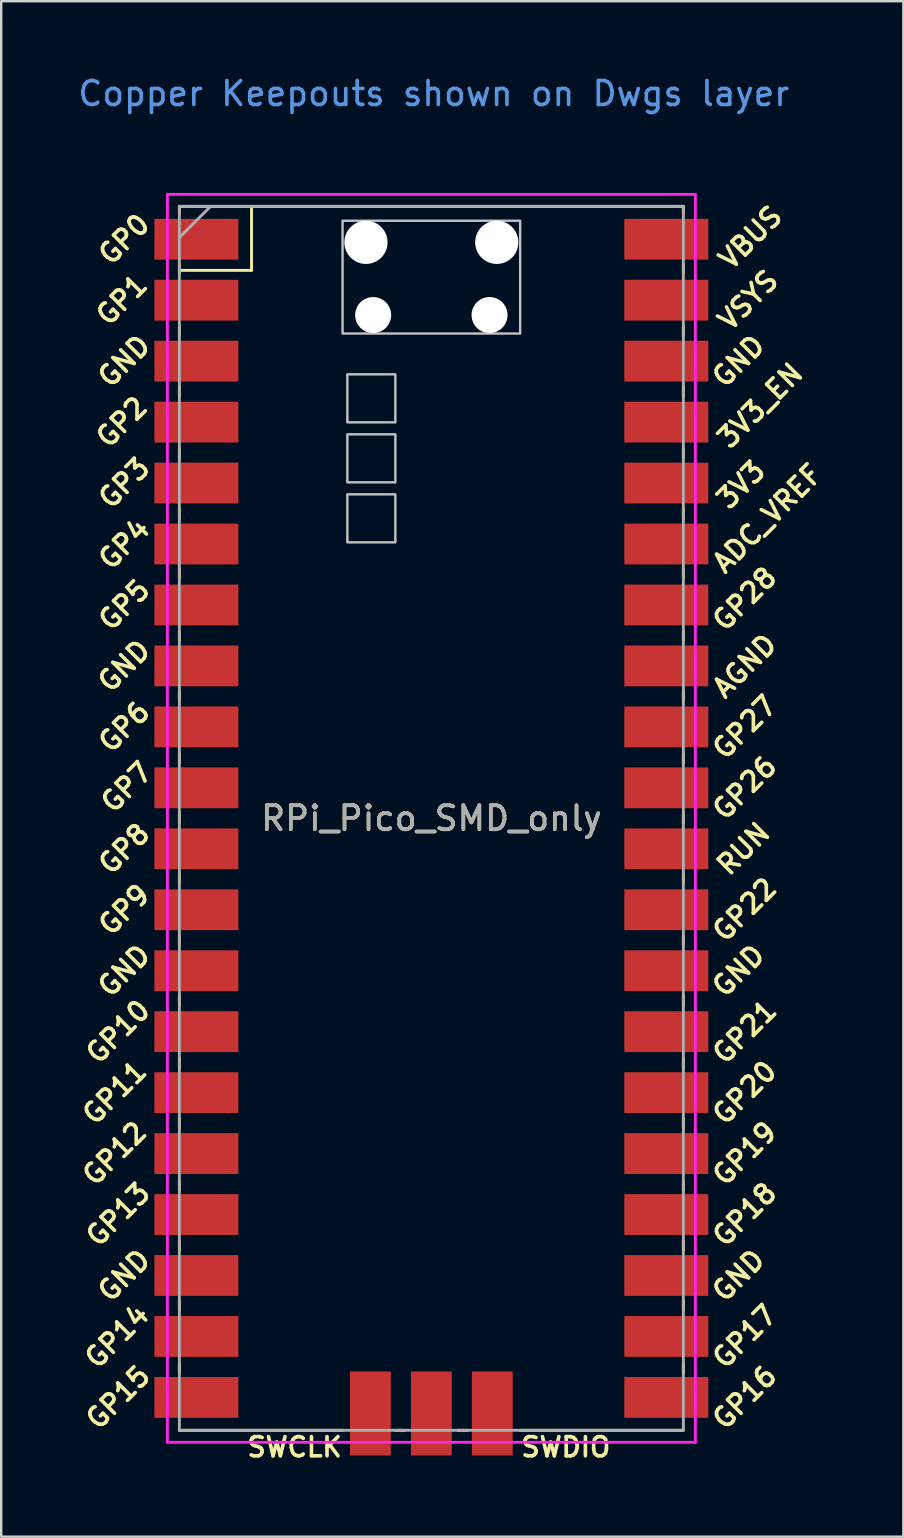
<source format=kicad_pcb>
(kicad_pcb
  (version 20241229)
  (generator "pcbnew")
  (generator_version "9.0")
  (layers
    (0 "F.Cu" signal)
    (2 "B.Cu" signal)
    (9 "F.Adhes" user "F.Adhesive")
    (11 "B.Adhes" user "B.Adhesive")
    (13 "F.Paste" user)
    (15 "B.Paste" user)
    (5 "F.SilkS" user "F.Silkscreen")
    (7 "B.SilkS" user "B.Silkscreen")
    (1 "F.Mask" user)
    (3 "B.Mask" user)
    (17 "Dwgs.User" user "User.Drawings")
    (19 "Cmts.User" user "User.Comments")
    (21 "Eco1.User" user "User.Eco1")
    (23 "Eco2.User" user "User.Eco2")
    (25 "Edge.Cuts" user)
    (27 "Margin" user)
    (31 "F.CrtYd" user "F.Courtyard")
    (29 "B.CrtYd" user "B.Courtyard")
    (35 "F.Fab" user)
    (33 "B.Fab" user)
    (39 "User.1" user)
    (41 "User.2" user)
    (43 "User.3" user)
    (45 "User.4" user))
  (footprint "RPi_Pico_SMD_only"
    (layer "F.Cu")
    (at 14.924 31.048)
    (property "Reference" "RPi_Pico_SMD_only" (at 0 0 0) (layer "F.SilkS") (effects (font (size 1 1) (thickness 0.15))))
    (attr through_hole)
    (fp_line (start -10.5 -25.5) (end -10.5 -25.2) (stroke (width 0.12) (type solid)) (layer "F.SilkS"))
    (fp_line (start -10.5 -25.5) (end 10.5 -25.5) (stroke (width 0.12) (type solid)) (layer "F.SilkS"))
    (fp_line (start -10.5 -23.1) (end -10.5 -22.7) (stroke (width 0.12) (type solid)) (layer "F.SilkS"))
    (fp_line (start -10.5 -22.833) (end -7.493 -22.833) (stroke (width 0.12) (type solid)) (layer "F.SilkS"))
    (fp_line (start -10.5 -20.5) (end -10.5 -20.1) (stroke (width 0.12) (type solid)) (layer "F.SilkS"))
    (fp_line (start -10.5 -18) (end -10.5 -17.6) (stroke (width 0.12) (type solid)) (layer "F.SilkS"))
    (fp_line (start -10.5 -15.4) (end -10.5 -15) (stroke (width 0.12) (type solid)) (layer "F.SilkS"))
    (fp_line (start -10.5 -12.9) (end -10.5 -12.5) (stroke (width 0.12) (type solid)) (layer "F.SilkS"))
    (fp_line (start -10.5 -10.4) (end -10.5 -10) (stroke (width 0.12) (type solid)) (layer "F.SilkS"))
    (fp_line (start -10.5 -7.8) (end -10.5 -7.4) (stroke (width 0.12) (type solid)) (layer "F.SilkS"))
    (fp_line (start -10.5 -5.3) (end -10.5 -4.9) (stroke (width 0.12) (type solid)) (layer "F.SilkS"))
    (fp_line (start -10.5 -2.7) (end -10.5 -2.3) (stroke (width 0.12) (type solid)) (layer "F.SilkS"))
    (fp_line (start -10.5 -0.2) (end -10.5 0.2) (stroke (width 0.12) (type solid)) (layer "F.SilkS"))
    (fp_line (start -10.5 2.3) (end -10.5 2.7) (stroke (width 0.12) (type solid)) (layer "F.SilkS"))
    (fp_line (start -10.5 4.9) (end -10.5 5.3) (stroke (width 0.12) (type solid)) (layer "F.SilkS"))
    (fp_line (start -10.5 7.4) (end -10.5 7.8) (stroke (width 0.12) (type solid)) (layer "F.SilkS"))
    (fp_line (start -10.5 10) (end -10.5 10.4) (stroke (width 0.12) (type solid)) (layer "F.SilkS"))
    (fp_line (start -10.5 12.5) (end -10.5 12.9) (stroke (width 0.12) (type solid)) (layer "F.SilkS"))
    (fp_line (start -10.5 15.1) (end -10.5 15.5) (stroke (width 0.12) (type solid)) (layer "F.SilkS"))
    (fp_line (start -10.5 17.6) (end -10.5 18) (stroke (width 0.12) (type solid)) (layer "F.SilkS"))
    (fp_line (start -10.5 20.1) (end -10.5 20.5) (stroke (width 0.12) (type solid)) (layer "F.SilkS"))
    (fp_line (start -10.5 22.7) (end -10.5 23.1) (stroke (width 0.12) (type solid)) (layer "F.SilkS"))
    (fp_line (start -7.493 -22.833) (end -7.493 -25.5) (stroke (width 0.12) (type solid)) (layer "F.SilkS"))
    (fp_line (start -3.7 25.5) (end -10.5 25.5) (stroke (width 0.12) (type solid)) (layer "F.SilkS"))
    (fp_line (start -1.5 25.5) (end -1.1 25.5) (stroke (width 0.12) (type solid)) (layer "F.SilkS"))
    (fp_line (start 1.1 25.5) (end 1.5 25.5) (stroke (width 0.12) (type solid)) (layer "F.SilkS"))
    (fp_line (start 10.5 -25.5) (end 10.5 -25.2) (stroke (width 0.12) (type solid)) (layer "F.SilkS"))
    (fp_line (start 10.5 -23.1) (end 10.5 -22.7) (stroke (width 0.12) (type solid)) (layer "F.SilkS"))
    (fp_line (start 10.5 -20.5) (end 10.5 -20.1) (stroke (width 0.12) (type solid)) (layer "F.SilkS"))
    (fp_line (start 10.5 -18) (end 10.5 -17.6) (stroke (width 0.12) (type solid)) (layer "F.SilkS"))
    (fp_line (start 10.5 -15.4) (end 10.5 -15) (stroke (width 0.12) (type solid)) (layer "F.SilkS"))
    (fp_line (start 10.5 -12.9) (end 10.5 -12.5) (stroke (width 0.12) (type solid)) (layer "F.SilkS"))
    (fp_line (start 10.5 -10.4) (end 10.5 -10) (stroke (width 0.12) (type solid)) (layer "F.SilkS"))
    (fp_line (start 10.5 -7.8) (end 10.5 -7.4) (stroke (width 0.12) (type solid)) (layer "F.SilkS"))
    (fp_line (start 10.5 -5.3) (end 10.5 -4.9) (stroke (width 0.12) (type solid)) (layer "F.SilkS"))
    (fp_line (start 10.5 -2.7) (end 10.5 -2.3) (stroke (width 0.12) (type solid)) (layer "F.SilkS"))
    (fp_line (start 10.5 -0.2) (end 10.5 0.2) (stroke (width 0.12) (type solid)) (layer "F.SilkS"))
    (fp_line (start 10.5 2.3) (end 10.5 2.7) (stroke (width 0.12) (type solid)) (layer "F.SilkS"))
    (fp_line (start 10.5 4.9) (end 10.5 5.3) (stroke (width 0.12) (type solid)) (layer "F.SilkS"))
    (fp_line (start 10.5 7.4) (end 10.5 7.8) (stroke (width 0.12) (type solid)) (layer "F.SilkS"))
    (fp_line (start 10.5 10) (end 10.5 10.4) (stroke (width 0.12) (type solid)) (layer "F.SilkS"))
    (fp_line (start 10.5 12.5) (end 10.5 12.9) (stroke (width 0.12) (type solid)) (layer "F.SilkS"))
    (fp_line (start 10.5 15.1) (end 10.5 15.5) (stroke (width 0.12) (type solid)) (layer "F.SilkS"))
    (fp_line (start 10.5 17.6) (end 10.5 18) (stroke (width 0.12) (type solid)) (layer "F.SilkS"))
    (fp_line (start 10.5 20.1) (end 10.5 20.5) (stroke (width 0.12) (type solid)) (layer "F.SilkS"))
    (fp_line (start 10.5 22.7) (end 10.5 23.1) (stroke (width 0.12) (type solid)) (layer "F.SilkS"))
    (fp_line (start 10.5 25.5) (end 3.7 25.5) (stroke (width 0.12) (type solid)) (layer "F.SilkS"))
    (fp_poly (pts (xy -1.5 -16.5) (xy -3.5 -16.5) (xy -3.5 -18.5) (xy -1.5 -18.5)) (stroke (width 0.1) (type solid)) (fill no) (layer "Dwgs.User"))
    (fp_poly (pts (xy -1.5 -14) (xy -3.5 -14) (xy -3.5 -16) (xy -1.5 -16)) (stroke (width 0.1) (type solid)) (fill no) (layer "Dwgs.User"))
    (fp_poly (pts (xy -1.5 -11.5) (xy -3.5 -11.5) (xy -3.5 -13.5) (xy -1.5 -13.5)) (stroke (width 0.1) (type solid)) (fill no) (layer "Dwgs.User"))
    (fp_poly (pts (xy 3.7 -20.2) (xy -3.7 -20.2) (xy -3.7 -24.9) (xy 3.7 -24.9)) (stroke (width 0.1) (type solid)) (fill no) (layer "Dwgs.User"))
    (fp_line (start -11 -26) (end 11 -26) (stroke (width 0.12) (type solid)) (layer "F.CrtYd"))
    (fp_line (start -11 26) (end -11 -26) (stroke (width 0.12) (type solid)) (layer "F.CrtYd"))
    (fp_line (start 11 -26) (end 11 26) (stroke (width 0.12) (type solid)) (layer "F.CrtYd"))
    (fp_line (start 11 26) (end -11 26) (stroke (width 0.12) (type solid)) (layer "F.CrtYd"))
    (fp_line (start -10.5 -25.5) (end 10.5 -25.5) (stroke (width 0.12) (type solid)) (layer "F.Fab"))
    (fp_line (start -10.5 -24.2) (end -9.2 -25.5) (stroke (width 0.12) (type solid)) (layer "F.Fab"))
    (fp_line (start -10.5 25.5) (end -10.5 -25.5) (stroke (width 0.12) (type solid)) (layer "F.Fab"))
    (fp_line (start 10.5 -25.5) (end 10.5 25.5) (stroke (width 0.12) (type solid)) (layer "F.Fab"))
    (fp_line (start 10.5 25.5) (end -10.5 25.5) (stroke (width 0.12) (type solid)) (layer "F.Fab"))
    (fp_text user "ADC_VREF" (at 14 -12.5 45) (layer "F.SilkS") (effects (font (size 0.8 0.8) (thickness 0.15))))
    (fp_text user "3V3_EN" (at 13.7 -17.2 45) (layer "F.SilkS") (effects (font (size 0.8 0.8) (thickness 0.15))))
    (fp_text user "AGND" (at 13.054 -6.35 45) (layer "F.SilkS") (effects (font (size 0.8 0.8) (thickness 0.15))))
    (fp_text user "GND" (at 12.8 -19.05 45) (layer "F.SilkS") (effects (font (size 0.8 0.8) (thickness 0.15))))
    (fp_text user "SWDIO" (at 5.6 26.2 0) (layer "F.SilkS") (effects (font (size 0.8 0.8) (thickness 0.15))))
    (fp_text user "GP12" (at -13.2 13.97 45) (layer "F.SilkS") (effects (font (size 0.8 0.8) (thickness 0.15))))
    (fp_text user "GP20" (at 13.054 11.43 45) (layer "F.SilkS") (effects (font (size 0.8 0.8) (thickness 0.15))))
    (fp_text user "GND" (at 12.8 19.05 45) (layer "F.SilkS") (effects (font (size 0.8 0.8) (thickness 0.15))))
    (fp_text user "GP7" (at -12.7 -1.3 45) (layer "F.SilkS") (effects (font (size 0.8 0.8) (thickness 0.15))))
    (fp_text user "GP5" (at -12.8 -8.89 45) (layer "F.SilkS") (effects (font (size 0.8 0.8) (thickness 0.15))))
    (fp_text user "VBUS" (at 13.3 -24.2 45) (layer "F.SilkS") (effects (font (size 0.8 0.8) (thickness 0.15))))
    (fp_text user "GP27" (at 13.054 -3.8 45) (layer "F.SilkS") (effects (font (size 0.8 0.8) (thickness 0.15))))
    (fp_text user "3V3" (at 12.9 -13.9 45) (layer "F.SilkS") (effects (font (size 0.8 0.8) (thickness 0.15))))
    (fp_text user "GP1" (at -12.9 -21.6 45) (layer "F.SilkS") (effects (font (size 0.8 0.8) (thickness 0.15))))
    (fp_text user "GP21" (at 13.054 8.9 45) (layer "F.SilkS") (effects (font (size 0.8 0.8) (thickness 0.15))))
    (fp_text user "GP26" (at 13.054 -1.27 45) (layer "F.SilkS") (effects (font (size 0.8 0.8) (thickness 0.15))))
    (fp_text user "GND" (at -12.8 -6.35 45) (layer "F.SilkS") (effects (font (size 0.8 0.8) (thickness 0.15))))
    (fp_text user "GND" (at 12.8 6.35 45) (layer "F.SilkS") (effects (font (size 0.8 0.8) (thickness 0.15))))
    (fp_text user "GP8" (at -12.8 1.27 45) (layer "F.SilkS") (effects (font (size 0.8 0.8) (thickness 0.15))))
    (fp_text user "GP11" (at -13.2 11.43 45) (layer "F.SilkS") (effects (font (size 0.8 0.8) (thickness 0.15))))
    (fp_text user "VSYS" (at 13.2 -21.59 45) (layer "F.SilkS") (effects (font (size 0.8 0.8) (thickness 0.15))))
    (fp_text user "GP9" (at -12.8 3.81 45) (layer "F.SilkS") (effects (font (size 0.8 0.8) (thickness 0.15))))
    (fp_text user "GP0" (at -12.8 -24.13 45) (layer "F.SilkS") (effects (font (size 0.8 0.8) (thickness 0.15))))
    (fp_text user "GND" (at -12.8 6.35 45) (layer "F.SilkS") (effects (font (size 0.8 0.8) (thickness 0.15))))
    (fp_text user "GP28" (at 13.054 -9.144 45) (layer "F.SilkS") (effects (font (size 0.8 0.8) (thickness 0.15))))
    (fp_text user "GP16" (at 13.054 24.13 45) (layer "F.SilkS") (effects (font (size 0.8 0.8) (thickness 0.15))))
    (fp_text user "GP10" (at -13.054 8.89 45) (layer "F.SilkS") (effects (font (size 0.8 0.8) (thickness 0.15))))
    (fp_text user "GP14" (at -13.1 21.59 45) (layer "F.SilkS") (effects (font (size 0.8 0.8) (thickness 0.15))))
    (fp_text user "GP13" (at -13.054 16.51 45) (layer "F.SilkS") (effects (font (size 0.8 0.8) (thickness 0.15))))
    (fp_text user "SWCLK" (at -5.7 26.2 0) (layer "F.SilkS") (effects (font (size 0.8 0.8) (thickness 0.15))))
    (fp_text user "GP19" (at 13.054 13.97 45) (layer "F.SilkS") (effects (font (size 0.8 0.8) (thickness 0.15))))
    (fp_text user "GP18" (at 13.054 16.51 45) (layer "F.SilkS") (effects (font (size 0.8 0.8) (thickness 0.15))))
    (fp_text user "GP6" (at -12.8 -3.81 45) (layer "F.SilkS") (effects (font (size 0.8 0.8) (thickness 0.15))))
    (fp_text user "GP4" (at -12.8 -11.43 45) (layer "F.SilkS") (effects (font (size 0.8 0.8) (thickness 0.15))))
    (fp_text user "GP3" (at -12.8 -13.97 45) (layer "F.SilkS") (effects (font (size 0.8 0.8) (thickness 0.15))))
    (fp_text user "GP17" (at 13.054 21.59 45) (layer "F.SilkS") (effects (font (size 0.8 0.8) (thickness 0.15))))
    (fp_text user "GP2" (at -12.9 -16.51 45) (layer "F.SilkS") (effects (font (size 0.8 0.8) (thickness 0.15))))
    (fp_text user "GND" (at -12.8 -19.05 45) (layer "F.SilkS") (effects (font (size 0.8 0.8) (thickness 0.15))))
    (fp_text user "GND" (at -12.8 19.05 45) (layer "F.SilkS") (effects (font (size 0.8 0.8) (thickness 0.15))))
    (fp_text user "GP22" (at 13.054 3.81 45) (layer "F.SilkS") (effects (font (size 0.8 0.8) (thickness 0.15))))
    (fp_text user "RUN" (at 13 1.27 45) (layer "F.SilkS") (effects (font (size 0.8 0.8) (thickness 0.15))))
    (fp_text user "GP15" (at -13.054 24.13 45) (layer "F.SilkS") (effects (font (size 0.8 0.8) (thickness 0.15))))
    (fp_text user "Copper Keepouts shown on Dwgs layer" (at 0.1 -30.2 0) (layer "Cmts.User") (effects (font (size 1 1) (thickness 0.15))))
    (fp_text user "${REFERENCE}" (at 0 0 180) (layer "F.Fab") (effects (font (size 1 1) (thickness 0.15))))
    (pad "" np_thru_hole oval (at -2.725 -24) (size 1.8 1.8) (drill 1.8) (layers "*.Cu" "*.Mask"))
    (pad "" np_thru_hole oval (at -2.425 -20.97) (size 1.5 1.5) (drill 1.5) (layers "*.Cu" "*.Mask"))
    (pad "" np_thru_hole oval (at 2.425 -20.97) (size 1.5 1.5) (drill 1.5) (layers "*.Cu" "*.Mask"))
    (pad "" np_thru_hole oval (at 2.725 -24) (size 1.8 1.8) (drill 1.8) (layers "*.Cu" "*.Mask"))
    (pad "1" smd rect (at -8.89 -24.13) (size 3.5 1.7) (drill (offset -0.9 0)) (layers "F.Cu" "F.Mask" "F.Paste"))
    (pad "2" smd rect (at -8.89 -21.59) (size 3.5 1.7) (drill (offset -0.9 0)) (layers "F.Cu" "F.Mask" "F.Paste"))
    (pad "3" smd rect (at -8.89 -19.05) (size 3.5 1.7) (drill (offset -0.9 0)) (layers "F.Cu" "F.Mask" "F.Paste"))
    (pad "4" smd rect (at -8.89 -16.51) (size 3.5 1.7) (drill (offset -0.9 0)) (layers "F.Cu" "F.Mask" "F.Paste"))
    (pad "5" smd rect (at -8.89 -13.97) (size 3.5 1.7) (drill (offset -0.9 0)) (layers "F.Cu" "F.Mask" "F.Paste"))
    (pad "6" smd rect (at -8.89 -11.43) (size 3.5 1.7) (drill (offset -0.9 0)) (layers "F.Cu" "F.Mask" "F.Paste"))
    (pad "7" smd rect (at -8.89 -8.89) (size 3.5 1.7) (drill (offset -0.9 0)) (layers "F.Cu" "F.Mask" "F.Paste"))
    (pad "8" smd rect (at -8.89 -6.35) (size 3.5 1.7) (drill (offset -0.9 0)) (layers "F.Cu" "F.Mask" "F.Paste"))
    (pad "9" smd rect (at -8.89 -3.81) (size 3.5 1.7) (drill (offset -0.9 0)) (layers "F.Cu" "F.Mask" "F.Paste"))
    (pad "10" smd rect (at -8.89 -1.27) (size 3.5 1.7) (drill (offset -0.9 0)) (layers "F.Cu" "F.Mask" "F.Paste"))
    (pad "11" smd rect (at -8.89 1.27) (size 3.5 1.7) (drill (offset -0.9 0)) (layers "F.Cu" "F.Mask" "F.Paste"))
    (pad "12" smd rect (at -8.89 3.81) (size 3.5 1.7) (drill (offset -0.9 0)) (layers "F.Cu" "F.Mask" "F.Paste"))
    (pad "13" smd rect (at -8.89 6.35) (size 3.5 1.7) (drill (offset -0.9 0)) (layers "F.Cu" "F.Mask" "F.Paste"))
    (pad "14" smd rect (at -8.89 8.89) (size 3.5 1.7) (drill (offset -0.9 0)) (layers "F.Cu" "F.Mask" "F.Paste"))
    (pad "15" smd rect (at -8.89 11.43) (size 3.5 1.7) (drill (offset -0.9 0)) (layers "F.Cu" "F.Mask" "F.Paste"))
    (pad "16" smd rect (at -8.89 13.97) (size 3.5 1.7) (drill (offset -0.9 0)) (layers "F.Cu" "F.Mask" "F.Paste"))
    (pad "17" smd rect (at -8.89 16.51) (size 3.5 1.7) (drill (offset -0.9 0)) (layers "F.Cu" "F.Mask" "F.Paste"))
    (pad "18" smd rect (at -8.89 19.05) (size 3.5 1.7) (drill (offset -0.9 0)) (layers "F.Cu" "F.Mask" "F.Paste"))
    (pad "19" smd rect (at -8.89 21.59) (size 3.5 1.7) (drill (offset -0.9 0)) (layers "F.Cu" "F.Mask" "F.Paste"))
    (pad "20" smd rect (at -8.89 24.13) (size 3.5 1.7) (drill (offset -0.9 0)) (layers "F.Cu" "F.Mask" "F.Paste"))
    (pad "21" smd rect (at 8.89 24.13) (size 3.5 1.7) (drill (offset 0.9 0)) (layers "F.Cu" "F.Mask" "F.Paste"))
    (pad "22" smd rect (at 8.89 21.59) (size 3.5 1.7) (drill (offset 0.9 0)) (layers "F.Cu" "F.Mask" "F.Paste"))
    (pad "23" smd rect (at 8.89 19.05) (size 3.5 1.7) (drill (offset 0.9 0)) (layers "F.Cu" "F.Mask" "F.Paste"))
    (pad "24" smd rect (at 8.89 16.51) (size 3.5 1.7) (drill (offset 0.9 0)) (layers "F.Cu" "F.Mask" "F.Paste"))
    (pad "25" smd rect (at 8.89 13.97) (size 3.5 1.7) (drill (offset 0.9 0)) (layers "F.Cu" "F.Mask" "F.Paste"))
    (pad "26" smd rect (at 8.89 11.43) (size 3.5 1.7) (drill (offset 0.9 0)) (layers "F.Cu" "F.Mask" "F.Paste"))
    (pad "27" smd rect (at 8.89 8.89) (size 3.5 1.7) (drill (offset 0.9 0)) (layers "F.Cu" "F.Mask" "F.Paste"))
    (pad "28" smd rect (at 8.89 6.35) (size 3.5 1.7) (drill (offset 0.9 0)) (layers "F.Cu" "F.Mask" "F.Paste"))
    (pad "29" smd rect (at 8.89 3.81) (size 3.5 1.7) (drill (offset 0.9 0)) (layers "F.Cu" "F.Mask" "F.Paste"))
    (pad "30" smd rect (at 8.89 1.27) (size 3.5 1.7) (drill (offset 0.9 0)) (layers "F.Cu" "F.Mask" "F.Paste"))
    (pad "31" smd rect (at 8.89 -1.27) (size 3.5 1.7) (drill (offset 0.9 0)) (layers "F.Cu" "F.Mask" "F.Paste"))
    (pad "32" smd rect (at 8.89 -3.81) (size 3.5 1.7) (drill (offset 0.9 0)) (layers "F.Cu" "F.Mask" "F.Paste"))
    (pad "33" smd rect (at 8.89 -6.35) (size 3.5 1.7) (drill (offset 0.9 0)) (layers "F.Cu" "F.Mask" "F.Paste"))
    (pad "34" smd rect (at 8.89 -8.89) (size 3.5 1.7) (drill (offset 0.9 0)) (layers "F.Cu" "F.Mask" "F.Paste"))
    (pad "35" smd rect (at 8.89 -11.43) (size 3.5 1.7) (drill (offset 0.9 0)) (layers "F.Cu" "F.Mask" "F.Paste"))
    (pad "36" smd rect (at 8.89 -13.97) (size 3.5 1.7) (drill (offset 0.9 0)) (layers "F.Cu" "F.Mask" "F.Paste"))
    (pad "37" smd rect (at 8.89 -16.51) (size 3.5 1.7) (drill (offset 0.9 0)) (layers "F.Cu" "F.Mask" "F.Paste"))
    (pad "38" smd rect (at 8.89 -19.05) (size 3.5 1.7) (drill (offset 0.9 0)) (layers "F.Cu" "F.Mask" "F.Paste"))
    (pad "39" smd rect (at 8.89 -21.59) (size 3.5 1.7) (drill (offset 0.9 0)) (layers "F.Cu" "F.Mask" "F.Paste"))
    (pad "40" smd rect (at 8.89 -24.13) (size 3.5 1.7) (drill (offset 0.9 0)) (layers "F.Cu" "F.Mask" "F.Paste"))
    (pad "41" smd rect (at -2.54 23.9 90) (size 3.5 1.7) (drill (offset -0.9 0)) (layers "F.Cu" "F.Mask" "F.Paste"))
    (pad "42" smd rect (at 0 23.9 90) (size 3.5 1.7) (drill (offset -0.9 0)) (layers "F.Cu" "F.Mask" "F.Paste"))
    (pad "43" smd rect (at 2.54 23.9 90) (size 3.5 1.7) (drill (offset -0.9 0)) (layers "F.Cu" "F.Mask" "F.Paste")))
  (gr_rect
    (start -3 -3)
    (end 34.591 60.98)
    (stroke (width 0.1) (type default))
    (fill no)
    (layer "Edge.Cuts")))
</source>
